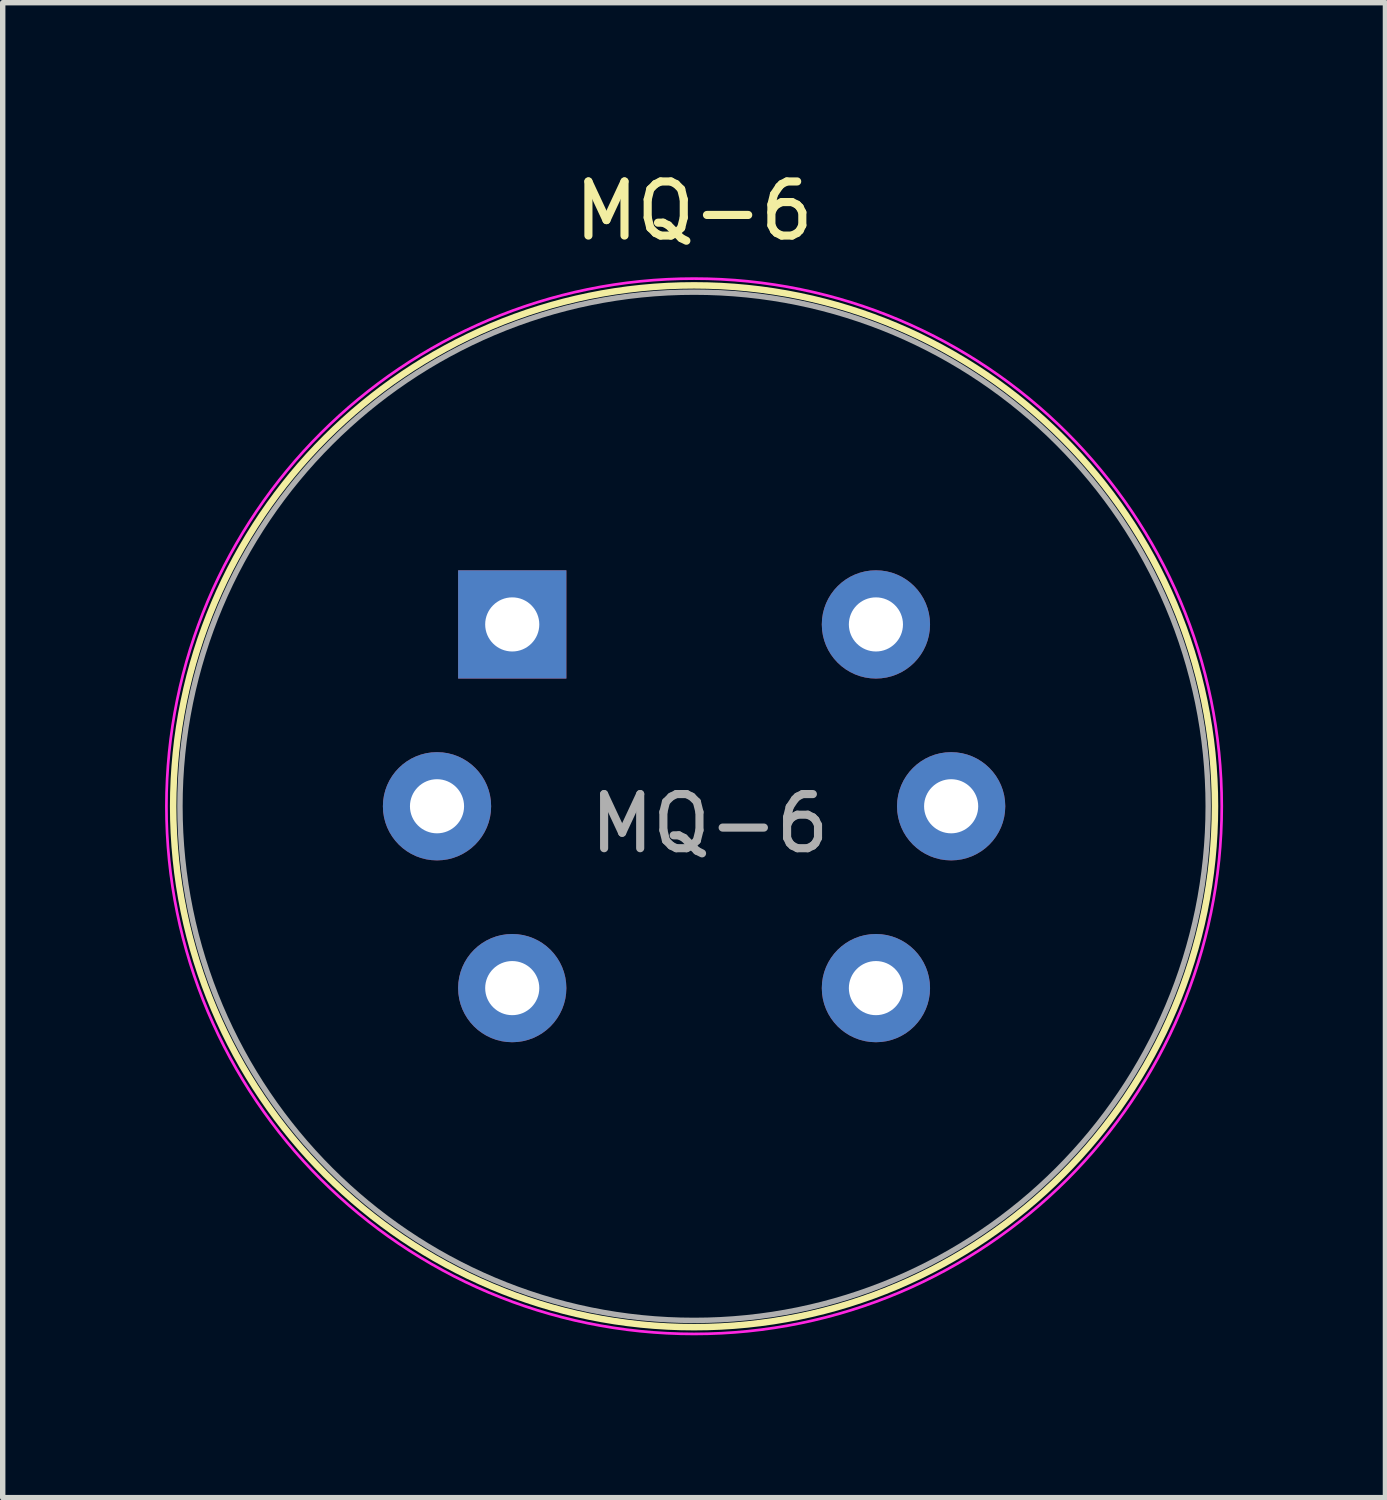
<source format=kicad_pcb>
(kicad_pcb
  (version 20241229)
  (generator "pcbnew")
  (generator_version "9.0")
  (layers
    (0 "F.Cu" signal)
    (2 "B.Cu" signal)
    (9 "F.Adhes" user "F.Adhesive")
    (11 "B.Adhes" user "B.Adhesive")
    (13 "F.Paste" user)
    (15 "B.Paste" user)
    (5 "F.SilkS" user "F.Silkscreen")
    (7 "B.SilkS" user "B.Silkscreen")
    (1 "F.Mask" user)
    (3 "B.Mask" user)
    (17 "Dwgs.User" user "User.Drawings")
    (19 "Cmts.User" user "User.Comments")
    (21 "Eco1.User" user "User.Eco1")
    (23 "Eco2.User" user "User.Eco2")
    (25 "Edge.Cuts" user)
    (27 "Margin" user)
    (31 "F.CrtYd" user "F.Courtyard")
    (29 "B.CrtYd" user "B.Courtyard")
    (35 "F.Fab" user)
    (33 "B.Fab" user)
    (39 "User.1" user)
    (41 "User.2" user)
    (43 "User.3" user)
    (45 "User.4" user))
  (footprint "MQ-6"
    (layer "F.Cu")
    (at 6.415 8.488)
    (property "Reference" "MQ-6" (at 3.36 -7.64 0) (layer "F.SilkS") (effects (font (size 1 1) (thickness 0.15))))
    (attr through_hole)
    (fp_circle (center 3.36 3.36) (end 12.985 3.36) (stroke (width 0.12) (type solid)) (fill no) (layer "F.SilkS"))
    (fp_circle (center 3.36 3.36) (end 13.11 3.36) (stroke (width 0.05) (type solid)) (fill no) (layer "F.CrtYd"))
    (fp_circle (center 3.36 3.36) (end 12.86 3.36) (stroke (width 0.1) (type solid)) (fill no) (layer "F.Fab"))
    (fp_text user "${REFERENCE}" (at 3.65 3.68 0) (layer "F.Fab") (effects (font (size 1 1) (thickness 0.15))))
    (pad "1" thru_hole rect (at 0 0) (size 2 2) (drill 1) (layers "*.Cu" "*.Mask"))
    (pad "2" thru_hole circle (at -1.39 3.36) (size 2 2) (drill 1) (layers "*.Cu" "*.Mask"))
    (pad "3" thru_hole circle (at 0 6.72 90) (size 2 2) (drill 1) (layers "*.Cu" "*.Mask"))
    (pad "4" thru_hole circle (at 6.72 6.72 180) (size 2 2) (drill 1) (layers "*.Cu" "*.Mask"))
    (pad "5" thru_hole circle (at 8.11 3.36) (size 2 2) (drill 1) (layers "*.Cu" "*.Mask"))
    (pad "6" thru_hole circle (at 6.72 0 270) (size 2 2) (drill 1) (layers "*.Cu" "*.Mask")))
  (gr_rect
    (start -3 -3)
    (end 22.55 24.623)
    (stroke (width 0.1) (type default))
    (fill no)
    (layer "Edge.Cuts")))
</source>
